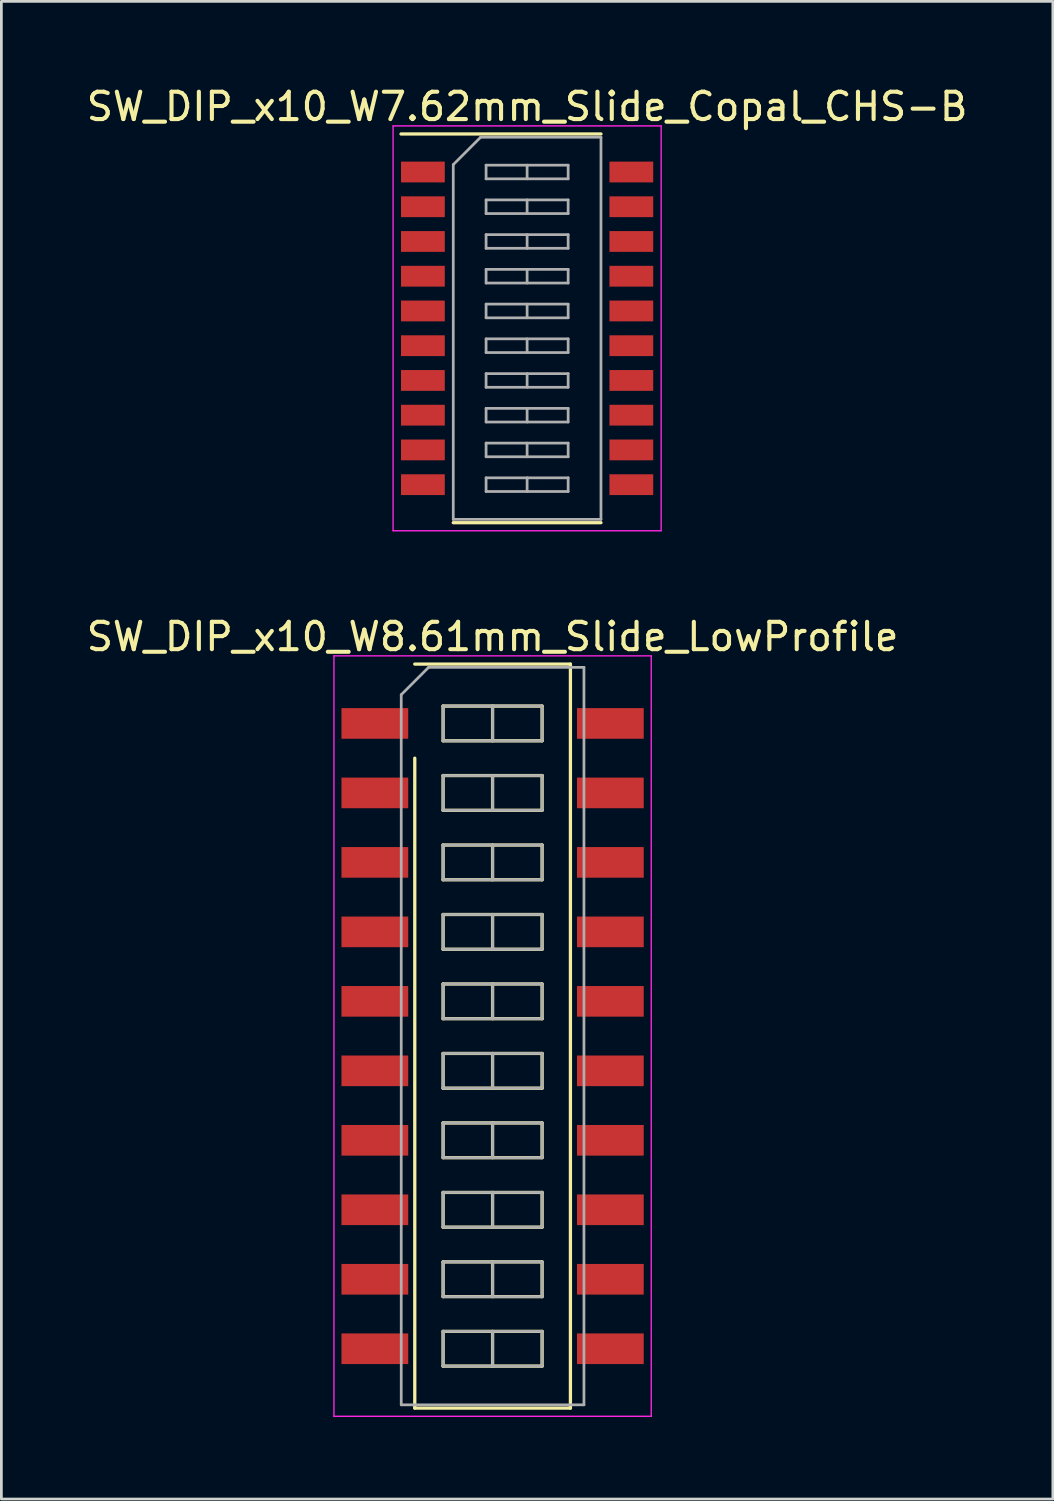
<source format=kicad_pcb>
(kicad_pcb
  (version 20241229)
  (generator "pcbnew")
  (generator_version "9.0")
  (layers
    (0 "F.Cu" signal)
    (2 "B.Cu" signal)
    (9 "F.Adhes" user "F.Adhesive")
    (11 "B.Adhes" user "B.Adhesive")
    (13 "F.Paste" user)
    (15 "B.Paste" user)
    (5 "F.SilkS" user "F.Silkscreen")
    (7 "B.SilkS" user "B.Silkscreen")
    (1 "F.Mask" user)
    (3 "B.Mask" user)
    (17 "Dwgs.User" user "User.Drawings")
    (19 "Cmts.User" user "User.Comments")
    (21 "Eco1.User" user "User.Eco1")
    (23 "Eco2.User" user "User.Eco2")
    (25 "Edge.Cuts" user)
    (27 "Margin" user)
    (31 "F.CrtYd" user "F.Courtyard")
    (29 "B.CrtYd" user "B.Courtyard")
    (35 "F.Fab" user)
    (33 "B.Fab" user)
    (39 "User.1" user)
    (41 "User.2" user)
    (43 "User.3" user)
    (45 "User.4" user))
  (footprint "SW_DIP_x10_W7.62mm_Slide_Copal_CHS-B"
    (layer "F.Cu")
    (at 16.22 8.953)
    (property "Reference" "SW_DIP_x10_W7.62mm_Slide_Copal_CHS-B" (at 0 -8.105 0) (layer "F.SilkS") (effects (font (size 1 1) (thickness 0.15))))
    (attr smd)
    (fp_line (start -4.61 -7.105) (end 2.7 -7.105) (stroke (width 0.12) (type solid)) (layer "F.SilkS"))
    (fp_line (start -2.7 7.105) (end 2.7 7.105) (stroke (width 0.12) (type solid)) (layer "F.SilkS"))
    (fp_line (start -4.9 -7.4) (end -4.9 7.4) (stroke (width 0.05) (type solid)) (layer "F.CrtYd"))
    (fp_line (start -4.9 7.4) (end 4.9 7.4) (stroke (width 0.05) (type solid)) (layer "F.CrtYd"))
    (fp_line (start 4.9 -7.4) (end -4.9 -7.4) (stroke (width 0.05) (type solid)) (layer "F.CrtYd"))
    (fp_line (start 4.9 7.4) (end 4.9 -7.4) (stroke (width 0.05) (type solid)) (layer "F.CrtYd"))
    (fp_line (start -2.7 -5.985) (end -1.7 -6.985) (stroke (width 0.1) (type solid)) (layer "F.Fab"))
    (fp_line (start -2.7 6.985) (end -2.7 -5.985) (stroke (width 0.1) (type solid)) (layer "F.Fab"))
    (fp_line (start -1.7 -6.985) (end 2.7 -6.985) (stroke (width 0.1) (type solid)) (layer "F.Fab"))
    (fp_line (start -1.5 -5.965) (end -1.5 -5.465) (stroke (width 0.1) (type solid)) (layer "F.Fab"))
    (fp_line (start -1.5 -5.465) (end 1.5 -5.465) (stroke (width 0.1) (type solid)) (layer "F.Fab"))
    (fp_line (start -1.5 -4.695) (end -1.5 -4.195) (stroke (width 0.1) (type solid)) (layer "F.Fab"))
    (fp_line (start -1.5 -4.195) (end 1.5 -4.195) (stroke (width 0.1) (type solid)) (layer "F.Fab"))
    (fp_line (start -1.5 -3.425) (end -1.5 -2.925) (stroke (width 0.1) (type solid)) (layer "F.Fab"))
    (fp_line (start -1.5 -2.925) (end 1.5 -2.925) (stroke (width 0.1) (type solid)) (layer "F.Fab"))
    (fp_line (start -1.5 -2.155) (end -1.5 -1.655) (stroke (width 0.1) (type solid)) (layer "F.Fab"))
    (fp_line (start -1.5 -1.655) (end 1.5 -1.655) (stroke (width 0.1) (type solid)) (layer "F.Fab"))
    (fp_line (start -1.5 -0.885) (end -1.5 -0.385) (stroke (width 0.1) (type solid)) (layer "F.Fab"))
    (fp_line (start -1.5 -0.385) (end 1.5 -0.385) (stroke (width 0.1) (type solid)) (layer "F.Fab"))
    (fp_line (start -1.5 0.385) (end -1.5 0.885) (stroke (width 0.1) (type solid)) (layer "F.Fab"))
    (fp_line (start -1.5 0.885) (end 1.5 0.885) (stroke (width 0.1) (type solid)) (layer "F.Fab"))
    (fp_line (start -1.5 1.655) (end -1.5 2.155) (stroke (width 0.1) (type solid)) (layer "F.Fab"))
    (fp_line (start -1.5 2.155) (end 1.5 2.155) (stroke (width 0.1) (type solid)) (layer "F.Fab"))
    (fp_line (start -1.5 2.925) (end -1.5 3.425) (stroke (width 0.1) (type solid)) (layer "F.Fab"))
    (fp_line (start -1.5 3.425) (end 1.5 3.425) (stroke (width 0.1) (type solid)) (layer "F.Fab"))
    (fp_line (start -1.5 4.195) (end -1.5 4.695) (stroke (width 0.1) (type solid)) (layer "F.Fab"))
    (fp_line (start -1.5 4.695) (end 1.5 4.695) (stroke (width 0.1) (type solid)) (layer "F.Fab"))
    (fp_line (start -1.5 5.465) (end -1.5 5.965) (stroke (width 0.1) (type solid)) (layer "F.Fab"))
    (fp_line (start -1.5 5.965) (end 1.5 5.965) (stroke (width 0.1) (type solid)) (layer "F.Fab"))
    (fp_line (start 0 -5.965) (end 0 -5.465) (stroke (width 0.1) (type solid)) (layer "F.Fab"))
    (fp_line (start 0 -4.695) (end 0 -4.195) (stroke (width 0.1) (type solid)) (layer "F.Fab"))
    (fp_line (start 0 -3.425) (end 0 -2.925) (stroke (width 0.1) (type solid)) (layer "F.Fab"))
    (fp_line (start 0 -2.155) (end 0 -1.655) (stroke (width 0.1) (type solid)) (layer "F.Fab"))
    (fp_line (start 0 -0.885) (end 0 -0.385) (stroke (width 0.1) (type solid)) (layer "F.Fab"))
    (fp_line (start 0 0.385) (end 0 0.885) (stroke (width 0.1) (type solid)) (layer "F.Fab"))
    (fp_line (start 0 1.655) (end 0 2.155) (stroke (width 0.1) (type solid)) (layer "F.Fab"))
    (fp_line (start 0 2.925) (end 0 3.425) (stroke (width 0.1) (type solid)) (layer "F.Fab"))
    (fp_line (start 0 4.195) (end 0 4.695) (stroke (width 0.1) (type solid)) (layer "F.Fab"))
    (fp_line (start 0 5.465) (end 0 5.965) (stroke (width 0.1) (type solid)) (layer "F.Fab"))
    (fp_line (start 1.5 -5.965) (end -1.5 -5.965) (stroke (width 0.1) (type solid)) (layer "F.Fab"))
    (fp_line (start 1.5 -5.465) (end 1.5 -5.965) (stroke (width 0.1) (type solid)) (layer "F.Fab"))
    (fp_line (start 1.5 -4.695) (end -1.5 -4.695) (stroke (width 0.1) (type solid)) (layer "F.Fab"))
    (fp_line (start 1.5 -4.195) (end 1.5 -4.695) (stroke (width 0.1) (type solid)) (layer "F.Fab"))
    (fp_line (start 1.5 -3.425) (end -1.5 -3.425) (stroke (width 0.1) (type solid)) (layer "F.Fab"))
    (fp_line (start 1.5 -2.925) (end 1.5 -3.425) (stroke (width 0.1) (type solid)) (layer "F.Fab"))
    (fp_line (start 1.5 -2.155) (end -1.5 -2.155) (stroke (width 0.1) (type solid)) (layer "F.Fab"))
    (fp_line (start 1.5 -1.655) (end 1.5 -2.155) (stroke (width 0.1) (type solid)) (layer "F.Fab"))
    (fp_line (start 1.5 -0.885) (end -1.5 -0.885) (stroke (width 0.1) (type solid)) (layer "F.Fab"))
    (fp_line (start 1.5 -0.385) (end 1.5 -0.885) (stroke (width 0.1) (type solid)) (layer "F.Fab"))
    (fp_line (start 1.5 0.385) (end -1.5 0.385) (stroke (width 0.1) (type solid)) (layer "F.Fab"))
    (fp_line (start 1.5 0.885) (end 1.5 0.385) (stroke (width 0.1) (type solid)) (layer "F.Fab"))
    (fp_line (start 1.5 1.655) (end -1.5 1.655) (stroke (width 0.1) (type solid)) (layer "F.Fab"))
    (fp_line (start 1.5 2.155) (end 1.5 1.655) (stroke (width 0.1) (type solid)) (layer "F.Fab"))
    (fp_line (start 1.5 2.925) (end -1.5 2.925) (stroke (width 0.1) (type solid)) (layer "F.Fab"))
    (fp_line (start 1.5 3.425) (end 1.5 2.925) (stroke (width 0.1) (type solid)) (layer "F.Fab"))
    (fp_line (start 1.5 4.195) (end -1.5 4.195) (stroke (width 0.1) (type solid)) (layer "F.Fab"))
    (fp_line (start 1.5 4.695) (end 1.5 4.195) (stroke (width 0.1) (type solid)) (layer "F.Fab"))
    (fp_line (start 1.5 5.465) (end -1.5 5.465) (stroke (width 0.1) (type solid)) (layer "F.Fab"))
    (fp_line (start 1.5 5.965) (end 1.5 5.465) (stroke (width 0.1) (type solid)) (layer "F.Fab"))
    (fp_line (start 2.7 -6.985) (end 2.7 6.985) (stroke (width 0.1) (type solid)) (layer "F.Fab"))
    (fp_line (start 2.7 6.985) (end -2.7 6.985) (stroke (width 0.1) (type solid)) (layer "F.Fab"))
    (pad "1" smd rect (at -3.81 -5.715) (size 1.6 0.76) (layers "F.Cu" "F.Mask"))
    (pad "2" smd rect (at -3.81 -4.445) (size 1.6 0.76) (layers "F.Cu" "F.Mask"))
    (pad "3" smd rect (at -3.81 -3.175) (size 1.6 0.76) (layers "F.Cu" "F.Mask"))
    (pad "4" smd rect (at -3.81 -1.905) (size 1.6 0.76) (layers "F.Cu" "F.Mask"))
    (pad "5" smd rect (at -3.81 -0.635) (size 1.6 0.76) (layers "F.Cu" "F.Mask"))
    (pad "6" smd rect (at -3.81 0.635) (size 1.6 0.76) (layers "F.Cu" "F.Mask"))
    (pad "7" smd rect (at -3.81 1.905) (size 1.6 0.76) (layers "F.Cu" "F.Mask"))
    (pad "8" smd rect (at -3.81 3.175) (size 1.6 0.76) (layers "F.Cu" "F.Mask"))
    (pad "9" smd rect (at -3.81 4.445) (size 1.6 0.76) (layers "F.Cu" "F.Mask"))
    (pad "10" smd rect (at -3.81 5.715) (size 1.6 0.76) (layers "F.Cu" "F.Mask"))
    (pad "11" smd rect (at 3.81 5.715) (size 1.6 0.76) (layers "F.Cu" "F.Mask"))
    (pad "12" smd rect (at 3.81 4.445) (size 1.6 0.76) (layers "F.Cu" "F.Mask"))
    (pad "13" smd rect (at 3.81 3.175) (size 1.6 0.76) (layers "F.Cu" "F.Mask"))
    (pad "14" smd rect (at 3.81 1.905) (size 1.6 0.76) (layers "F.Cu" "F.Mask"))
    (pad "15" smd rect (at 3.81 0.635) (size 1.6 0.76) (layers "F.Cu" "F.Mask"))
    (pad "16" smd rect (at 3.81 -0.635) (size 1.6 0.76) (layers "F.Cu" "F.Mask"))
    (pad "17" smd rect (at 3.81 -1.905) (size 1.6 0.76) (layers "F.Cu" "F.Mask"))
    (pad "18" smd rect (at 3.81 -3.175) (size 1.6 0.76) (layers "F.Cu" "F.Mask"))
    (pad "19" smd rect (at 3.81 -4.445) (size 1.6 0.76) (layers "F.Cu" "F.Mask"))
    (pad "20" smd rect (at 3.81 -5.715) (size 1.6 0.76) (layers "F.Cu" "F.Mask")))
  (footprint "SW_DIP_x10_W8.61mm_Slide_LowProfile"
    (layer "F.Cu")
    (at 14.958 34.827)
    (property "Reference" "SW_DIP_x10_W8.61mm_Slide_LowProfile" (at 0 -14.6 0) (layer "F.SilkS") (effects (font (size 1 1) (thickness 0.15))))
    (attr smd)
    (fp_line (start -2.845 -13.6) (end 2.845 -13.6) (stroke (width 0.12) (type solid)) (layer "F.SilkS"))
    (fp_line (start -2.845 13.6) (end -2.845 -10.16) (stroke (width 0.12) (type solid)) (layer "F.SilkS"))
    (fp_line (start -1.81 -12.065) (end -1.81 -10.795) (stroke (width 0.12) (type solid)) (layer "F.SilkS"))
    (fp_line (start -1.81 -10.795) (end 1.81 -10.795) (stroke (width 0.12) (type solid)) (layer "F.SilkS"))
    (fp_line (start -1.81 -9.525) (end -1.81 -8.255) (stroke (width 0.12) (type solid)) (layer "F.SilkS"))
    (fp_line (start -1.81 -8.255) (end 1.81 -8.255) (stroke (width 0.12) (type solid)) (layer "F.SilkS"))
    (fp_line (start -1.81 -6.985) (end -1.81 -5.715) (stroke (width 0.12) (type solid)) (layer "F.SilkS"))
    (fp_line (start -1.81 -5.715) (end 1.81 -5.715) (stroke (width 0.12) (type solid)) (layer "F.SilkS"))
    (fp_line (start -1.81 -4.445) (end -1.81 -3.175) (stroke (width 0.12) (type solid)) (layer "F.SilkS"))
    (fp_line (start -1.81 -3.175) (end 1.81 -3.175) (stroke (width 0.12) (type solid)) (layer "F.SilkS"))
    (fp_line (start -1.81 -1.905) (end -1.81 -0.635) (stroke (width 0.12) (type solid)) (layer "F.SilkS"))
    (fp_line (start -1.81 -0.635) (end 1.81 -0.635) (stroke (width 0.12) (type solid)) (layer "F.SilkS"))
    (fp_line (start -1.81 0.635) (end -1.81 1.905) (stroke (width 0.12) (type solid)) (layer "F.SilkS"))
    (fp_line (start -1.81 1.905) (end 1.81 1.905) (stroke (width 0.12) (type solid)) (layer "F.SilkS"))
    (fp_line (start -1.81 3.175) (end -1.81 4.445) (stroke (width 0.12) (type solid)) (layer "F.SilkS"))
    (fp_line (start -1.81 4.445) (end 1.81 4.445) (stroke (width 0.12) (type solid)) (layer "F.SilkS"))
    (fp_line (start -1.81 5.715) (end -1.81 6.985) (stroke (width 0.12) (type solid)) (layer "F.SilkS"))
    (fp_line (start -1.81 6.985) (end 1.81 6.985) (stroke (width 0.12) (type solid)) (layer "F.SilkS"))
    (fp_line (start -1.81 8.255) (end -1.81 9.525) (stroke (width 0.12) (type solid)) (layer "F.SilkS"))
    (fp_line (start -1.81 9.525) (end 1.81 9.525) (stroke (width 0.12) (type solid)) (layer "F.SilkS"))
    (fp_line (start -1.81 10.795) (end -1.81 12.065) (stroke (width 0.12) (type solid)) (layer "F.SilkS"))
    (fp_line (start -1.81 12.065) (end 1.81 12.065) (stroke (width 0.12) (type solid)) (layer "F.SilkS"))
    (fp_line (start 0 -12.065) (end 0 -10.795) (stroke (width 0.12) (type solid)) (layer "F.SilkS"))
    (fp_line (start 0 -9.525) (end 0 -8.255) (stroke (width 0.12) (type solid)) (layer "F.SilkS"))
    (fp_line (start 0 -6.985) (end 0 -5.715) (stroke (width 0.12) (type solid)) (layer "F.SilkS"))
    (fp_line (start 0 -4.445) (end 0 -3.175) (stroke (width 0.12) (type solid)) (layer "F.SilkS"))
    (fp_line (start 0 -1.905) (end 0 -0.635) (stroke (width 0.12) (type solid)) (layer "F.SilkS"))
    (fp_line (start 0 0.635) (end 0 1.905) (stroke (width 0.12) (type solid)) (layer "F.SilkS"))
    (fp_line (start 0 3.175) (end 0 4.445) (stroke (width 0.12) (type solid)) (layer "F.SilkS"))
    (fp_line (start 0 5.715) (end 0 6.985) (stroke (width 0.12) (type solid)) (layer "F.SilkS"))
    (fp_line (start 0 8.255) (end 0 9.525) (stroke (width 0.12) (type solid)) (layer "F.SilkS"))
    (fp_line (start 0 10.795) (end 0 12.065) (stroke (width 0.12) (type solid)) (layer "F.SilkS"))
    (fp_line (start 1.81 -12.065) (end -1.81 -12.065) (stroke (width 0.12) (type solid)) (layer "F.SilkS"))
    (fp_line (start 1.81 -10.795) (end 1.81 -12.065) (stroke (width 0.12) (type solid)) (layer "F.SilkS"))
    (fp_line (start 1.81 -9.525) (end -1.81 -9.525) (stroke (width 0.12) (type solid)) (layer "F.SilkS"))
    (fp_line (start 1.81 -8.255) (end 1.81 -9.525) (stroke (width 0.12) (type solid)) (layer "F.SilkS"))
    (fp_line (start 1.81 -6.985) (end -1.81 -6.985) (stroke (width 0.12) (type solid)) (layer "F.SilkS"))
    (fp_line (start 1.81 -5.715) (end 1.81 -6.985) (stroke (width 0.12) (type solid)) (layer "F.SilkS"))
    (fp_line (start 1.81 -4.445) (end -1.81 -4.445) (stroke (width 0.12) (type solid)) (layer "F.SilkS"))
    (fp_line (start 1.81 -3.175) (end 1.81 -4.445) (stroke (width 0.12) (type solid)) (layer "F.SilkS"))
    (fp_line (start 1.81 -1.905) (end -1.81 -1.905) (stroke (width 0.12) (type solid)) (layer "F.SilkS"))
    (fp_line (start 1.81 -0.635) (end 1.81 -1.905) (stroke (width 0.12) (type solid)) (layer "F.SilkS"))
    (fp_line (start 1.81 0.635) (end -1.81 0.635) (stroke (width 0.12) (type solid)) (layer "F.SilkS"))
    (fp_line (start 1.81 1.905) (end 1.81 0.635) (stroke (width 0.12) (type solid)) (layer "F.SilkS"))
    (fp_line (start 1.81 3.175) (end -1.81 3.175) (stroke (width 0.12) (type solid)) (layer "F.SilkS"))
    (fp_line (start 1.81 4.445) (end 1.81 3.175) (stroke (width 0.12) (type solid)) (layer "F.SilkS"))
    (fp_line (start 1.81 5.715) (end -1.81 5.715) (stroke (width 0.12) (type solid)) (layer "F.SilkS"))
    (fp_line (start 1.81 6.985) (end 1.81 5.715) (stroke (width 0.12) (type solid)) (layer "F.SilkS"))
    (fp_line (start 1.81 8.255) (end -1.81 8.255) (stroke (width 0.12) (type solid)) (layer "F.SilkS"))
    (fp_line (start 1.81 9.525) (end 1.81 8.255) (stroke (width 0.12) (type solid)) (layer "F.SilkS"))
    (fp_line (start 1.81 10.795) (end -1.81 10.795) (stroke (width 0.12) (type solid)) (layer "F.SilkS"))
    (fp_line (start 1.81 12.065) (end 1.81 10.795) (stroke (width 0.12) (type solid)) (layer "F.SilkS"))
    (fp_line (start 2.845 -13.6) (end 2.845 13.6) (stroke (width 0.12) (type solid)) (layer "F.SilkS"))
    (fp_line (start 2.845 13.6) (end -2.845 13.6) (stroke (width 0.12) (type solid)) (layer "F.SilkS"))
    (fp_line (start -5.8 -13.9) (end -5.8 13.9) (stroke (width 0.05) (type solid)) (layer "F.CrtYd"))
    (fp_line (start -5.8 13.9) (end 5.8 13.9) (stroke (width 0.05) (type solid)) (layer "F.CrtYd"))
    (fp_line (start 5.8 -13.9) (end -5.8 -13.9) (stroke (width 0.05) (type solid)) (layer "F.CrtYd"))
    (fp_line (start 5.8 13.9) (end 5.8 -13.9) (stroke (width 0.05) (type solid)) (layer "F.CrtYd"))
    (fp_line (start -3.34 -12.48) (end -2.34 -13.48) (stroke (width 0.1) (type solid)) (layer "F.Fab"))
    (fp_line (start -3.34 13.48) (end -3.34 -12.48) (stroke (width 0.1) (type solid)) (layer "F.Fab"))
    (fp_line (start -2.34 -13.48) (end 3.34 -13.48) (stroke (width 0.1) (type solid)) (layer "F.Fab"))
    (fp_line (start -1.81 -12.065) (end -1.81 -10.795) (stroke (width 0.1) (type solid)) (layer "F.Fab"))
    (fp_line (start -1.81 -10.795) (end 1.81 -10.795) (stroke (width 0.1) (type solid)) (layer "F.Fab"))
    (fp_line (start -1.81 -9.525) (end -1.81 -8.255) (stroke (width 0.1) (type solid)) (layer "F.Fab"))
    (fp_line (start -1.81 -8.255) (end 1.81 -8.255) (stroke (width 0.1) (type solid)) (layer "F.Fab"))
    (fp_line (start -1.81 -6.985) (end -1.81 -5.715) (stroke (width 0.1) (type solid)) (layer "F.Fab"))
    (fp_line (start -1.81 -5.715) (end 1.81 -5.715) (stroke (width 0.1) (type solid)) (layer "F.Fab"))
    (fp_line (start -1.81 -4.445) (end -1.81 -3.175) (stroke (width 0.1) (type solid)) (layer "F.Fab"))
    (fp_line (start -1.81 -3.175) (end 1.81 -3.175) (stroke (width 0.1) (type solid)) (layer "F.Fab"))
    (fp_line (start -1.81 -1.905) (end -1.81 -0.635) (stroke (width 0.1) (type solid)) (layer "F.Fab"))
    (fp_line (start -1.81 -0.635) (end 1.81 -0.635) (stroke (width 0.1) (type solid)) (layer "F.Fab"))
    (fp_line (start -1.81 0.635) (end -1.81 1.905) (stroke (width 0.1) (type solid)) (layer "F.Fab"))
    (fp_line (start -1.81 1.905) (end 1.81 1.905) (stroke (width 0.1) (type solid)) (layer "F.Fab"))
    (fp_line (start -1.81 3.175) (end -1.81 4.445) (stroke (width 0.1) (type solid)) (layer "F.Fab"))
    (fp_line (start -1.81 4.445) (end 1.81 4.445) (stroke (width 0.1) (type solid)) (layer "F.Fab"))
    (fp_line (start -1.81 5.715) (end -1.81 6.985) (stroke (width 0.1) (type solid)) (layer "F.Fab"))
    (fp_line (start -1.81 6.985) (end 1.81 6.985) (stroke (width 0.1) (type solid)) (layer "F.Fab"))
    (fp_line (start -1.81 8.255) (end -1.81 9.525) (stroke (width 0.1) (type solid)) (layer "F.Fab"))
    (fp_line (start -1.81 9.525) (end 1.81 9.525) (stroke (width 0.1) (type solid)) (layer "F.Fab"))
    (fp_line (start -1.81 10.795) (end -1.81 12.065) (stroke (width 0.1) (type solid)) (layer "F.Fab"))
    (fp_line (start -1.81 12.065) (end 1.81 12.065) (stroke (width 0.1) (type solid)) (layer "F.Fab"))
    (fp_line (start 0 -12.065) (end 0 -10.795) (stroke (width 0.1) (type solid)) (layer "F.Fab"))
    (fp_line (start 0 -9.525) (end 0 -8.255) (stroke (width 0.1) (type solid)) (layer "F.Fab"))
    (fp_line (start 0 -6.985) (end 0 -5.715) (stroke (width 0.1) (type solid)) (layer "F.Fab"))
    (fp_line (start 0 -4.445) (end 0 -3.175) (stroke (width 0.1) (type solid)) (layer "F.Fab"))
    (fp_line (start 0 -1.905) (end 0 -0.635) (stroke (width 0.1) (type solid)) (layer "F.Fab"))
    (fp_line (start 0 0.635) (end 0 1.905) (stroke (width 0.1) (type solid)) (layer "F.Fab"))
    (fp_line (start 0 3.175) (end 0 4.445) (stroke (width 0.1) (type solid)) (layer "F.Fab"))
    (fp_line (start 0 5.715) (end 0 6.985) (stroke (width 0.1) (type solid)) (layer "F.Fab"))
    (fp_line (start 0 8.255) (end 0 9.525) (stroke (width 0.1) (type solid)) (layer "F.Fab"))
    (fp_line (start 0 10.795) (end 0 12.065) (stroke (width 0.1) (type solid)) (layer "F.Fab"))
    (fp_line (start 1.81 -12.065) (end -1.81 -12.065) (stroke (width 0.1) (type solid)) (layer "F.Fab"))
    (fp_line (start 1.81 -10.795) (end 1.81 -12.065) (stroke (width 0.1) (type solid)) (layer "F.Fab"))
    (fp_line (start 1.81 -9.525) (end -1.81 -9.525) (stroke (width 0.1) (type solid)) (layer "F.Fab"))
    (fp_line (start 1.81 -8.255) (end 1.81 -9.525) (stroke (width 0.1) (type solid)) (layer "F.Fab"))
    (fp_line (start 1.81 -6.985) (end -1.81 -6.985) (stroke (width 0.1) (type solid)) (layer "F.Fab"))
    (fp_line (start 1.81 -5.715) (end 1.81 -6.985) (stroke (width 0.1) (type solid)) (layer "F.Fab"))
    (fp_line (start 1.81 -4.445) (end -1.81 -4.445) (stroke (width 0.1) (type solid)) (layer "F.Fab"))
    (fp_line (start 1.81 -3.175) (end 1.81 -4.445) (stroke (width 0.1) (type solid)) (layer "F.Fab"))
    (fp_line (start 1.81 -1.905) (end -1.81 -1.905) (stroke (width 0.1) (type solid)) (layer "F.Fab"))
    (fp_line (start 1.81 -0.635) (end 1.81 -1.905) (stroke (width 0.1) (type solid)) (layer "F.Fab"))
    (fp_line (start 1.81 0.635) (end -1.81 0.635) (stroke (width 0.1) (type solid)) (layer "F.Fab"))
    (fp_line (start 1.81 1.905) (end 1.81 0.635) (stroke (width 0.1) (type solid)) (layer "F.Fab"))
    (fp_line (start 1.81 3.175) (end -1.81 3.175) (stroke (width 0.1) (type solid)) (layer "F.Fab"))
    (fp_line (start 1.81 4.445) (end 1.81 3.175) (stroke (width 0.1) (type solid)) (layer "F.Fab"))
    (fp_line (start 1.81 5.715) (end -1.81 5.715) (stroke (width 0.1) (type solid)) (layer "F.Fab"))
    (fp_line (start 1.81 6.985) (end 1.81 5.715) (stroke (width 0.1) (type solid)) (layer "F.Fab"))
    (fp_line (start 1.81 8.255) (end -1.81 8.255) (stroke (width 0.1) (type solid)) (layer "F.Fab"))
    (fp_line (start 1.81 9.525) (end 1.81 8.255) (stroke (width 0.1) (type solid)) (layer "F.Fab"))
    (fp_line (start 1.81 10.795) (end -1.81 10.795) (stroke (width 0.1) (type solid)) (layer "F.Fab"))
    (fp_line (start 1.81 12.065) (end 1.81 10.795) (stroke (width 0.1) (type solid)) (layer "F.Fab"))
    (fp_line (start 3.34 -13.48) (end 3.34 13.48) (stroke (width 0.1) (type solid)) (layer "F.Fab"))
    (fp_line (start 3.34 13.48) (end -3.34 13.48) (stroke (width 0.1) (type solid)) (layer "F.Fab"))
    (pad "1" smd rect (at -4.305 -11.43) (size 2.44 1.12) (layers "F.Cu" "F.Mask"))
    (pad "2" smd rect (at -4.305 -8.89) (size 2.44 1.12) (layers "F.Cu" "F.Mask"))
    (pad "3" smd rect (at -4.305 -6.35) (size 2.44 1.12) (layers "F.Cu" "F.Mask"))
    (pad "4" smd rect (at -4.305 -3.81) (size 2.44 1.12) (layers "F.Cu" "F.Mask"))
    (pad "5" smd rect (at -4.305 -1.27) (size 2.44 1.12) (layers "F.Cu" "F.Mask"))
    (pad "6" smd rect (at -4.305 1.27) (size 2.44 1.12) (layers "F.Cu" "F.Mask"))
    (pad "7" smd rect (at -4.305 3.81) (size 2.44 1.12) (layers "F.Cu" "F.Mask"))
    (pad "8" smd rect (at -4.305 6.35) (size 2.44 1.12) (layers "F.Cu" "F.Mask"))
    (pad "9" smd rect (at -4.305 8.89) (size 2.44 1.12) (layers "F.Cu" "F.Mask"))
    (pad "10" smd rect (at -4.305 11.43) (size 2.44 1.12) (layers "F.Cu" "F.Mask"))
    (pad "11" smd rect (at 4.305 11.43) (size 2.44 1.12) (layers "F.Cu" "F.Mask"))
    (pad "12" smd rect (at 4.305 8.89) (size 2.44 1.12) (layers "F.Cu" "F.Mask"))
    (pad "13" smd rect (at 4.305 6.35) (size 2.44 1.12) (layers "F.Cu" "F.Mask"))
    (pad "14" smd rect (at 4.305 3.81) (size 2.44 1.12) (layers "F.Cu" "F.Mask"))
    (pad "15" smd rect (at 4.305 1.27) (size 2.44 1.12) (layers "F.Cu" "F.Mask"))
    (pad "16" smd rect (at 4.305 -1.27) (size 2.44 1.12) (layers "F.Cu" "F.Mask"))
    (pad "17" smd rect (at 4.305 -3.81) (size 2.44 1.12) (layers "F.Cu" "F.Mask"))
    (pad "18" smd rect (at 4.305 -6.35) (size 2.44 1.12) (layers "F.Cu" "F.Mask"))
    (pad "19" smd rect (at 4.305 -8.89) (size 2.44 1.12) (layers "F.Cu" "F.Mask"))
    (pad "20" smd rect (at 4.305 -11.43) (size 2.44 1.12) (layers "F.Cu" "F.Mask")))
  (gr_rect
    (start -3 -3)
    (end 35.44 51.752)
    (stroke (width 0.1) (type default))
    (fill no)
    (layer "Edge.Cuts")))
</source>
